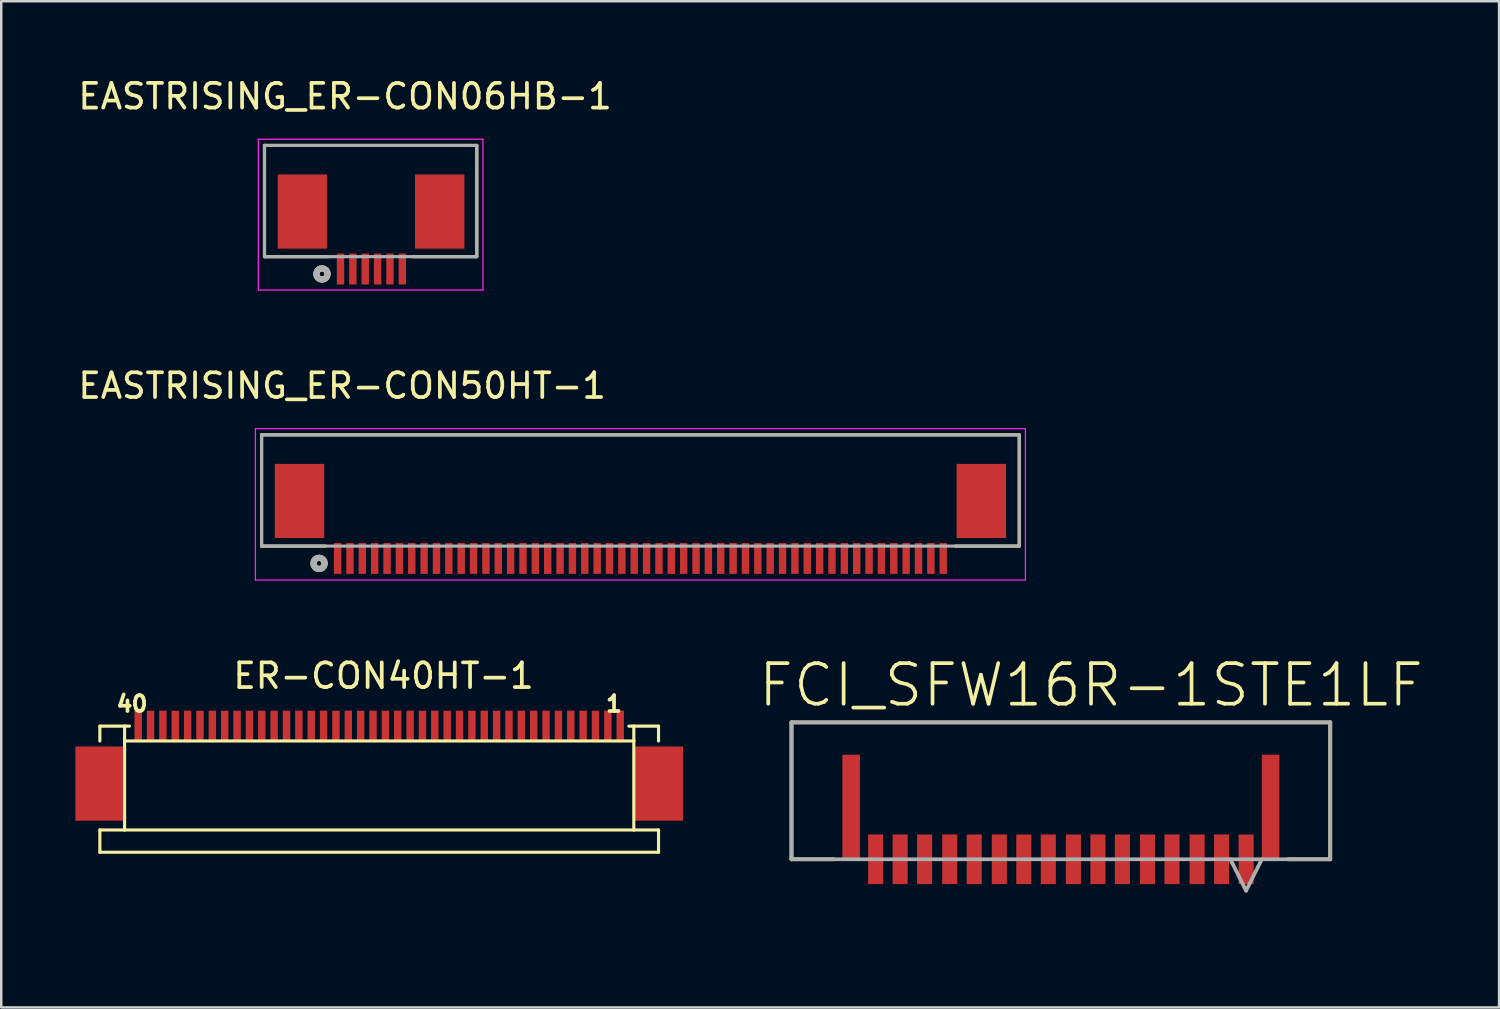
<source format=kicad_pcb>
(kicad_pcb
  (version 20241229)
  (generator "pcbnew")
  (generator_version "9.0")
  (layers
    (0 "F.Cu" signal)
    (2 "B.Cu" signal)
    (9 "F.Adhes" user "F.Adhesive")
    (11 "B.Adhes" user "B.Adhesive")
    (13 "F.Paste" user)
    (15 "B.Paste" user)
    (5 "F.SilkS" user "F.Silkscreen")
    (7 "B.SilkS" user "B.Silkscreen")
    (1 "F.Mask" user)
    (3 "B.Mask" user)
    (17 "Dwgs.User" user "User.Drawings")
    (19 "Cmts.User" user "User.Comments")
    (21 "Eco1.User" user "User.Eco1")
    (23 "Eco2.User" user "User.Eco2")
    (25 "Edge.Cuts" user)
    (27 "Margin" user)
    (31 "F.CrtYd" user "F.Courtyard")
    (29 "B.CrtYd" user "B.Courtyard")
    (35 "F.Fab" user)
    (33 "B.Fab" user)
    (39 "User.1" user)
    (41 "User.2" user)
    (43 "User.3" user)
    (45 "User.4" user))
  (footprint "EASTRISING_ER-CON50HT-1"
    (layer "F.Cu")
    (at 22.857 19.541)
    (property "Reference" "EASTRISING_ER-CON50HT-1" (at -12.065 -6.985 0) (layer "F.SilkS") (effects (font (size 1 1) (thickness 0.15))))
    (attr smd)
    (fp_line (start -15.325 -5) (end 15.325 -5) (stroke (width 0.127) (type solid)) (layer "F.SilkS"))
    (fp_line (start -15.325 -0.5) (end -15.325 -5) (stroke (width 0.127) (type solid)) (layer "F.SilkS"))
    (fp_line (start -12.75 -0.5) (end -15.325 -0.5) (stroke (width 0.127) (type solid)) (layer "F.SilkS"))
    (fp_line (start 15.325 -5) (end 15.325 -0.5) (stroke (width 0.127) (type solid)) (layer "F.SilkS"))
    (fp_line (start 15.325 -0.5) (end 12.75 -0.5) (stroke (width 0.127) (type solid)) (layer "F.SilkS"))
    (fp_circle (center -13 0.2) (end -12.9 0.2) (stroke (width 0.25) (type solid)) (fill no) (layer "F.SilkS"))
    (fp_line (start -15.575 -5.25) (end 15.575 -5.25) (stroke (width 0.05) (type solid)) (layer "F.CrtYd"))
    (fp_line (start -15.575 0.875) (end -15.575 -5.25) (stroke (width 0.05) (type solid)) (layer "F.CrtYd"))
    (fp_line (start 15.575 -5.25) (end 15.575 0.875) (stroke (width 0.05) (type solid)) (layer "F.CrtYd"))
    (fp_line (start 15.575 0.875) (end -15.575 0.875) (stroke (width 0.05) (type solid)) (layer "F.CrtYd"))
    (fp_line (start -15.325 -5) (end 15.325 -5) (stroke (width 0.127) (type solid)) (layer "F.Fab"))
    (fp_line (start -15.325 -0.5) (end -15.325 -5) (stroke (width 0.127) (type solid)) (layer "F.Fab"))
    (fp_line (start 15.325 -5) (end 15.325 -0.5) (stroke (width 0.127) (type solid)) (layer "F.Fab"))
    (fp_line (start 15.325 -0.5) (end -15.325 -0.5) (stroke (width 0.127) (type solid)) (layer "F.Fab"))
    (fp_circle (center -13 0.2) (end -12.9 0.2) (stroke (width 0.25) (type solid)) (fill no) (layer "F.Fab"))
    (pad "1" smd rect (at -12.25 0 270) (size 1.25 0.3) (layers "F.Cu" "F.Mask" "F.Paste"))
    (pad "2" smd rect (at -11.75 0 270) (size 1.25 0.3) (layers "F.Cu" "F.Mask" "F.Paste"))
    (pad "3" smd rect (at -11.25 0 270) (size 1.25 0.3) (layers "F.Cu" "F.Mask" "F.Paste"))
    (pad "4" smd rect (at -10.75 0 270) (size 1.25 0.3) (layers "F.Cu" "F.Mask" "F.Paste"))
    (pad "5" smd rect (at -10.25 0 270) (size 1.25 0.3) (layers "F.Cu" "F.Mask" "F.Paste"))
    (pad "6" smd rect (at -9.75 0 270) (size 1.25 0.3) (layers "F.Cu" "F.Mask" "F.Paste"))
    (pad "7" smd rect (at -9.25 0 270) (size 1.25 0.3) (layers "F.Cu" "F.Mask" "F.Paste"))
    (pad "8" smd rect (at -8.75 0 270) (size 1.25 0.3) (layers "F.Cu" "F.Mask" "F.Paste"))
    (pad "9" smd rect (at -8.25 0 270) (size 1.25 0.3) (layers "F.Cu" "F.Mask" "F.Paste"))
    (pad "10" smd rect (at -7.75 0 270) (size 1.25 0.3) (layers "F.Cu" "F.Mask" "F.Paste"))
    (pad "11" smd rect (at -7.25 0 270) (size 1.25 0.3) (layers "F.Cu" "F.Mask" "F.Paste"))
    (pad "12" smd rect (at -6.75 0 270) (size 1.25 0.3) (layers "F.Cu" "F.Mask" "F.Paste"))
    (pad "13" smd rect (at -6.25 0 270) (size 1.25 0.3) (layers "F.Cu" "F.Mask" "F.Paste"))
    (pad "14" smd rect (at -5.75 0 270) (size 1.25 0.3) (layers "F.Cu" "F.Mask" "F.Paste"))
    (pad "15" smd rect (at -5.25 0 270) (size 1.25 0.3) (layers "F.Cu" "F.Mask" "F.Paste"))
    (pad "16" smd rect (at -4.75 0 270) (size 1.25 0.3) (layers "F.Cu" "F.Mask" "F.Paste"))
    (pad "17" smd rect (at -4.25 0 270) (size 1.25 0.3) (layers "F.Cu" "F.Mask" "F.Paste"))
    (pad "18" smd rect (at -3.75 0 270) (size 1.25 0.3) (layers "F.Cu" "F.Mask" "F.Paste"))
    (pad "19" smd rect (at -3.25 0 270) (size 1.25 0.3) (layers "F.Cu" "F.Mask" "F.Paste"))
    (pad "20" smd rect (at -2.75 0 270) (size 1.25 0.3) (layers "F.Cu" "F.Mask" "F.Paste"))
    (pad "21" smd rect (at -2.25 0 270) (size 1.25 0.3) (layers "F.Cu" "F.Mask" "F.Paste"))
    (pad "22" smd rect (at -1.75 0 270) (size 1.25 0.3) (layers "F.Cu" "F.Mask" "F.Paste"))
    (pad "23" smd rect (at -1.25 0 270) (size 1.25 0.3) (layers "F.Cu" "F.Mask" "F.Paste"))
    (pad "24" smd rect (at -0.75 0 270) (size 1.25 0.3) (layers "F.Cu" "F.Mask" "F.Paste"))
    (pad "25" smd rect (at -0.25 0 270) (size 1.25 0.3) (layers "F.Cu" "F.Mask" "F.Paste"))
    (pad "26" smd rect (at 0.25 0 270) (size 1.25 0.3) (layers "F.Cu" "F.Mask" "F.Paste"))
    (pad "27" smd rect (at 0.75 0 270) (size 1.25 0.3) (layers "F.Cu" "F.Mask" "F.Paste"))
    (pad "28" smd rect (at 1.25 0 270) (size 1.25 0.3) (layers "F.Cu" "F.Mask" "F.Paste"))
    (pad "29" smd rect (at 1.75 0 270) (size 1.25 0.3) (layers "F.Cu" "F.Mask" "F.Paste"))
    (pad "30" smd rect (at 2.25 0 270) (size 1.25 0.3) (layers "F.Cu" "F.Mask" "F.Paste"))
    (pad "31" smd rect (at 2.75 0 270) (size 1.25 0.3) (layers "F.Cu" "F.Mask" "F.Paste"))
    (pad "32" smd rect (at 3.25 0 270) (size 1.25 0.3) (layers "F.Cu" "F.Mask" "F.Paste"))
    (pad "33" smd rect (at 3.75 0 270) (size 1.25 0.3) (layers "F.Cu" "F.Mask" "F.Paste"))
    (pad "34" smd rect (at 4.25 0 270) (size 1.25 0.3) (layers "F.Cu" "F.Mask" "F.Paste"))
    (pad "35" smd rect (at 4.75 0 270) (size 1.25 0.3) (layers "F.Cu" "F.Mask" "F.Paste"))
    (pad "36" smd rect (at 5.25 0 270) (size 1.25 0.3) (layers "F.Cu" "F.Mask" "F.Paste"))
    (pad "37" smd rect (at 5.75 0 270) (size 1.25 0.3) (layers "F.Cu" "F.Mask" "F.Paste"))
    (pad "38" smd rect (at 6.25 0 270) (size 1.25 0.3) (layers "F.Cu" "F.Mask" "F.Paste"))
    (pad "39" smd rect (at 6.75 0 270) (size 1.25 0.3) (layers "F.Cu" "F.Mask" "F.Paste"))
    (pad "40" smd rect (at 7.25 0 270) (size 1.25 0.3) (layers "F.Cu" "F.Mask" "F.Paste"))
    (pad "41" smd rect (at 7.75 0 270) (size 1.25 0.3) (layers "F.Cu" "F.Mask" "F.Paste"))
    (pad "42" smd rect (at 8.25 0 270) (size 1.25 0.3) (layers "F.Cu" "F.Mask" "F.Paste"))
    (pad "43" smd rect (at 8.75 0 270) (size 1.25 0.3) (layers "F.Cu" "F.Mask" "F.Paste"))
    (pad "44" smd rect (at 9.25 0 270) (size 1.25 0.3) (layers "F.Cu" "F.Mask" "F.Paste"))
    (pad "45" smd rect (at 9.75 0 270) (size 1.25 0.3) (layers "F.Cu" "F.Mask" "F.Paste"))
    (pad "46" smd rect (at 10.25 0 270) (size 1.25 0.3) (layers "F.Cu" "F.Mask" "F.Paste"))
    (pad "47" smd rect (at 10.75 0 270) (size 1.25 0.3) (layers "F.Cu" "F.Mask" "F.Paste"))
    (pad "48" smd rect (at 11.25 0 270) (size 1.25 0.3) (layers "F.Cu" "F.Mask" "F.Paste"))
    (pad "49" smd rect (at 11.75 0 270) (size 1.25 0.3) (layers "F.Cu" "F.Mask" "F.Paste"))
    (pad "50" smd rect (at 12.25 0 270) (size 1.25 0.3) (layers "F.Cu" "F.Mask" "F.Paste"))
    (pad "S1" smd rect (at -13.79 -2.325 270) (size 3 2) (layers "F.Cu" "F.Mask" "F.Paste"))
    (pad "S2" smd rect (at 13.79 -2.325 270) (size 3 2) (layers "F.Cu" "F.Mask" "F.Paste")))
  (footprint "EASTRISING_ER-CON06HB-1"
    (layer "F.Cu")
    (at 11.994 7.833)
    (property "Reference" "EASTRISING_ER-CON06HB-1" (at -1.084 -6.985 0) (layer "F.SilkS") (effects (font (size 1 1) (thickness 0.15))))
    (attr smd)
    (fp_line (start -4.344 -5) (end 4.244 -5) (stroke (width 0.127) (type solid)) (layer "F.SilkS"))
    (fp_line (start -4.344 -0.5) (end -4.344 -5) (stroke (width 0.127) (type solid)) (layer "F.SilkS"))
    (fp_line (start -1.769 -0.5) (end -4.344 -0.5) (stroke (width 0.127) (type solid)) (layer "F.SilkS"))
    (fp_line (start 4.231 -0.5) (end 1.656 -0.5) (stroke (width 0.127) (type solid)) (layer "F.SilkS"))
    (fp_line (start 4.244 -5) (end 4.244 -0.5) (stroke (width 0.127) (type solid)) (layer "F.SilkS"))
    (fp_circle (center -2.019 0.2) (end -1.919 0.2) (stroke (width 0.25) (type solid)) (fill no) (layer "F.SilkS"))
    (fp_line (start -4.594 -5.25) (end 4.494 -5.25) (stroke (width 0.05) (type solid)) (layer "F.CrtYd"))
    (fp_line (start -4.594 0.85) (end -4.594 -5.25) (stroke (width 0.05) (type solid)) (layer "F.CrtYd"))
    (fp_line (start 4.494 -5.25) (end 4.494 0.85) (stroke (width 0.05) (type solid)) (layer "F.CrtYd"))
    (fp_line (start 4.494 0.85) (end -4.594 0.85) (stroke (width 0.05) (type solid)) (layer "F.CrtYd"))
    (fp_line (start -4.344 -5) (end 4.244 -5) (stroke (width 0.127) (type solid)) (layer "F.Fab"))
    (fp_line (start -4.344 -0.5) (end -4.344 -5) (stroke (width 0.127) (type solid)) (layer "F.Fab"))
    (fp_line (start 4.244 -5) (end 4.244 -0.5) (stroke (width 0.127) (type solid)) (layer "F.Fab"))
    (fp_line (start 4.244 -0.5) (end -4.344 -0.5) (stroke (width 0.127) (type solid)) (layer "F.Fab"))
    (fp_circle (center -2.019 0.2) (end -1.919 0.2) (stroke (width 0.25) (type solid)) (fill no) (layer "F.Fab"))
    (pad "1" smd rect (at 1.231 0 270) (size 1.25 0.3) (layers "F.Cu" "F.Mask" "F.Paste"))
    (pad "2" smd rect (at 0.731 0 270) (size 1.25 0.3) (layers "F.Cu" "F.Mask" "F.Paste"))
    (pad "3" smd rect (at 0.231 0 270) (size 1.25 0.3) (layers "F.Cu" "F.Mask" "F.Paste"))
    (pad "4" smd rect (at -0.269 0 270) (size 1.25 0.3) (layers "F.Cu" "F.Mask" "F.Paste"))
    (pad "5" smd rect (at -0.769 0 270) (size 1.25 0.3) (layers "F.Cu" "F.Mask" "F.Paste"))
    (pad "6" smd rect (at -1.269 0 270) (size 1.25 0.3) (layers "F.Cu" "F.Mask" "F.Paste"))
    (pad "S1" smd rect (at -2.809 -2.325 270) (size 3 2) (layers "F.Cu" "F.Mask" "F.Paste"))
    (pad "S2" smd rect (at 2.744 -2.325 270) (size 3 2) (layers "F.Cu" "F.Mask" "F.Paste")))
  (footprint "FCI_SFW16R-1STE1LF"
    (layer "F.Cu")
    (at 39.866 34.454)
    (property "Reference" "FCI_SFW16R-1STE1LF" (at 1.22 -9.788 0) (layer "F.SilkS") (effects (font (size 1.642 1.642) (thickness 0.15))))
    (attr smd)
    (fp_line (start -10.897 -8.28) (end -10.897 -2.743) (stroke (width 0.152) (type solid)) (layer "F.SilkS"))
    (fp_line (start -10.897 -2.743) (end -9.195 -2.743) (stroke (width 0.152) (type solid)) (layer "F.SilkS"))
    (fp_line (start 9.195 -2.743) (end 10.897 -2.743) (stroke (width 0.152) (type solid)) (layer "F.SilkS"))
    (fp_line (start 10.897 -8.28) (end -10.897 -8.28) (stroke (width 0.152) (type solid)) (layer "F.SilkS"))
    (fp_line (start 10.897 -2.743) (end 10.897 -8.28) (stroke (width 0.152) (type solid)) (layer "F.SilkS"))
    (fp_line (start -10.897 -8.28) (end -10.897 -2.743) (stroke (width 0.152) (type solid)) (layer "F.Fab"))
    (fp_line (start -10.897 -2.743) (end 10.897 -2.743) (stroke (width 0.152) (type solid)) (layer "F.Fab"))
    (fp_line (start 6.858 -2.743) (end 7.493 -1.473) (stroke (width 0.152) (type solid)) (layer "F.Fab"))
    (fp_line (start 8.128 -2.743) (end 7.493 -1.473) (stroke (width 0.152) (type solid)) (layer "F.Fab"))
    (fp_line (start 10.897 -8.28) (end -10.897 -8.28) (stroke (width 0.152) (type solid)) (layer "F.Fab"))
    (fp_line (start 10.897 -2.743) (end 10.897 -8.28) (stroke (width 0.152) (type solid)) (layer "F.Fab"))
    (pad "1" smd rect (at 7.493 -2.743 270) (size 2.007 0.61) (layers "F.Cu" "F.Mask" "F.Paste"))
    (pad "2" smd rect (at 6.502 -2.743 270) (size 2.007 0.61) (layers "F.Cu" "F.Mask" "F.Paste"))
    (pad "3" smd rect (at 5.512 -2.743 270) (size 2.007 0.61) (layers "F.Cu" "F.Mask" "F.Paste"))
    (pad "4" smd rect (at 4.496 -2.743 270) (size 2.007 0.61) (layers "F.Cu" "F.Mask" "F.Paste"))
    (pad "5" smd rect (at 3.505 -2.743 270) (size 2.007 0.61) (layers "F.Cu" "F.Mask" "F.Paste"))
    (pad "6" smd rect (at 2.489 -2.743 270) (size 2.007 0.61) (layers "F.Cu" "F.Mask" "F.Paste"))
    (pad "7" smd rect (at 1.499 -2.743 270) (size 2.007 0.61) (layers "F.Cu" "F.Mask" "F.Paste"))
    (pad "8" smd rect (at 0.508 -2.743 270) (size 2.007 0.61) (layers "F.Cu" "F.Mask" "F.Paste"))
    (pad "9" smd rect (at -0.508 -2.743 270) (size 2.007 0.61) (layers "F.Cu" "F.Mask" "F.Paste"))
    (pad "10" smd rect (at -1.499 -2.743 270) (size 2.007 0.61) (layers "F.Cu" "F.Mask" "F.Paste"))
    (pad "11" smd rect (at -2.489 -2.743 270) (size 2.007 0.61) (layers "F.Cu" "F.Mask" "F.Paste"))
    (pad "12" smd rect (at -3.505 -2.743 270) (size 2.007 0.61) (layers "F.Cu" "F.Mask" "F.Paste"))
    (pad "13" smd rect (at -4.496 -2.743 270) (size 2.007 0.61) (layers "F.Cu" "F.Mask" "F.Paste"))
    (pad "14" smd rect (at -5.512 -2.743 270) (size 2.007 0.61) (layers "F.Cu" "F.Mask" "F.Paste"))
    (pad "15" smd rect (at -6.502 -2.743 270) (size 2.007 0.61) (layers "F.Cu" "F.Mask" "F.Paste"))
    (pad "16" smd rect (at -7.493 -2.743 270) (size 2.007 0.61) (layers "F.Cu" "F.Mask" "F.Paste"))
    (pad "17" smd rect (at -8.484 -4.877) (size 0.711 4.191) (layers "F.Cu" "F.Mask" "F.Paste"))
    (pad "18" smd rect (at 8.484 -4.877) (size 0.711 4.191) (layers "F.Cu" "F.Mask" "F.Paste")))
  (footprint "ER-CON40HT-1"
    (layer "F.Cu")
    (at 12.29 27.925)
    (property "Reference" "ER-CON40HT-1" (at 0.175 -3.635 0) (layer "F.SilkS") (effects (font (size 1 1) (thickness 0.15))))
    (attr smd)
    (fp_line (start -11.3 -1.6) (end -11.3 -1) (stroke (width 0.127) (type solid)) (layer "F.SilkS"))
    (fp_line (start -11.3 2.6) (end -11.3 3.5) (stroke (width 0.127) (type solid)) (layer "F.SilkS"))
    (fp_line (start -11.3 2.6) (end -10.3 2.6) (stroke (width 0.127) (type solid)) (layer "F.SilkS"))
    (fp_line (start -11.3 3.5) (end 11.3 3.5) (stroke (width 0.127) (type solid)) (layer "F.SilkS"))
    (fp_line (start -10.3 -1.6) (end -11.3 -1.6) (stroke (width 0.127) (type solid)) (layer "F.SilkS"))
    (fp_line (start -10.3 -1.6) (end -10.3 -1) (stroke (width 0.127) (type solid)) (layer "F.SilkS"))
    (fp_line (start -10.3 -1) (end -10.3 2.6) (stroke (width 0.127) (type solid)) (layer "F.SilkS"))
    (fp_line (start -10.3 -1) (end 10.3 -1) (stroke (width 0.127) (type solid)) (layer "F.SilkS"))
    (fp_line (start -10.3 2.6) (end 10.3 2.6) (stroke (width 0.127) (type solid)) (layer "F.SilkS"))
    (fp_line (start -10.1 -1.6) (end -10.3 -1.6) (stroke (width 0.127) (type solid)) (layer "F.SilkS"))
    (fp_line (start 10.1 -1.6) (end 10.3 -1.6) (stroke (width 0.127) (type solid)) (layer "F.SilkS"))
    (fp_line (start 10.3 -1.6) (end 10.3 -1) (stroke (width 0.127) (type solid)) (layer "F.SilkS"))
    (fp_line (start 10.3 -1.6) (end 11.3 -1.6) (stroke (width 0.127) (type solid)) (layer "F.SilkS"))
    (fp_line (start 10.3 -1) (end 10.3 2.6) (stroke (width 0.127) (type solid)) (layer "F.SilkS"))
    (fp_line (start 10.3 2.6) (end 11.3 2.6) (stroke (width 0.127) (type solid)) (layer "F.SilkS"))
    (fp_line (start 11.3 -1.6) (end 11.3 -1) (stroke (width 0.127) (type solid)) (layer "F.SilkS"))
    (fp_line (start 11.3 3.5) (end 11.3 2.6) (stroke (width 0.127) (type solid)) (layer "F.SilkS"))
    (fp_text user "1" (at 9.5 -2.5 0) (layer "F.SilkS") (effects (font (size 0.64 0.64) (thickness 0.15))))
    (fp_text user "40" (at -10 -2.5 0) (layer "F.SilkS") (effects (font (size 0.64 0.64) (thickness 0.15))))
    (pad "1" smd rect (at 9.75 -1.6) (size 0.3 1.25) (layers "F.Cu" "F.Mask" "F.Paste"))
    (pad "2" smd rect (at 9.25 -1.6) (size 0.3 1.25) (layers "F.Cu" "F.Mask" "F.Paste"))
    (pad "3" smd rect (at 8.75 -1.6) (size 0.3 1.25) (layers "F.Cu" "F.Mask" "F.Paste"))
    (pad "4" smd rect (at 8.25 -1.6) (size 0.3 1.25) (layers "F.Cu" "F.Mask" "F.Paste"))
    (pad "5" smd rect (at 7.75 -1.6) (size 0.3 1.25) (layers "F.Cu" "F.Mask" "F.Paste"))
    (pad "6" smd rect (at 7.25 -1.6) (size 0.3 1.25) (layers "F.Cu" "F.Mask" "F.Paste"))
    (pad "7" smd rect (at 6.75 -1.6) (size 0.3 1.25) (layers "F.Cu" "F.Mask" "F.Paste"))
    (pad "8" smd rect (at 6.25 -1.6) (size 0.3 1.25) (layers "F.Cu" "F.Mask" "F.Paste"))
    (pad "9" smd rect (at 5.75 -1.6) (size 0.3 1.25) (layers "F.Cu" "F.Mask" "F.Paste"))
    (pad "10" smd rect (at 5.25 -1.6) (size 0.3 1.25) (layers "F.Cu" "F.Mask" "F.Paste"))
    (pad "11" smd rect (at 4.75 -1.6) (size 0.3 1.25) (layers "F.Cu" "F.Mask" "F.Paste"))
    (pad "12" smd rect (at 4.25 -1.6) (size 0.3 1.25) (layers "F.Cu" "F.Mask" "F.Paste"))
    (pad "13" smd rect (at 3.75 -1.6) (size 0.3 1.25) (layers "F.Cu" "F.Mask" "F.Paste"))
    (pad "14" smd rect (at 3.25 -1.6) (size 0.3 1.25) (layers "F.Cu" "F.Mask" "F.Paste"))
    (pad "15" smd rect (at 2.75 -1.6) (size 0.3 1.25) (layers "F.Cu" "F.Mask" "F.Paste"))
    (pad "16" smd rect (at 2.25 -1.6) (size 0.3 1.25) (layers "F.Cu" "F.Mask" "F.Paste"))
    (pad "17" smd rect (at 1.75 -1.6) (size 0.3 1.25) (layers "F.Cu" "F.Mask" "F.Paste"))
    (pad "18" smd rect (at 1.25 -1.6) (size 0.3 1.25) (layers "F.Cu" "F.Mask" "F.Paste"))
    (pad "19" smd rect (at 0.75 -1.6) (size 0.3 1.25) (layers "F.Cu" "F.Mask" "F.Paste"))
    (pad "20" smd rect (at 0.25 -1.6) (size 0.3 1.25) (layers "F.Cu" "F.Mask" "F.Paste"))
    (pad "21" smd rect (at -0.25 -1.6) (size 0.3 1.25) (layers "F.Cu" "F.Mask" "F.Paste"))
    (pad "22" smd rect (at -0.75 -1.6) (size 0.3 1.25) (layers "F.Cu" "F.Mask" "F.Paste"))
    (pad "23" smd rect (at -1.25 -1.6) (size 0.3 1.25) (layers "F.Cu" "F.Mask" "F.Paste"))
    (pad "24" smd rect (at -1.75 -1.6) (size 0.3 1.25) (layers "F.Cu" "F.Mask" "F.Paste"))
    (pad "25" smd rect (at -2.25 -1.6) (size 0.3 1.25) (layers "F.Cu" "F.Mask" "F.Paste"))
    (pad "26" smd rect (at -2.75 -1.6) (size 0.3 1.25) (layers "F.Cu" "F.Mask" "F.Paste"))
    (pad "27" smd rect (at -3.25 -1.6) (size 0.3 1.25) (layers "F.Cu" "F.Mask" "F.Paste"))
    (pad "28" smd rect (at -3.75 -1.6) (size 0.3 1.25) (layers "F.Cu" "F.Mask" "F.Paste"))
    (pad "29" smd rect (at -4.25 -1.6) (size 0.3 1.25) (layers "F.Cu" "F.Mask" "F.Paste"))
    (pad "30" smd rect (at -4.75 -1.6) (size 0.3 1.25) (layers "F.Cu" "F.Mask" "F.Paste"))
    (pad "31" smd rect (at -5.25 -1.6) (size 0.3 1.25) (layers "F.Cu" "F.Mask" "F.Paste"))
    (pad "32" smd rect (at -5.75 -1.6) (size 0.3 1.25) (layers "F.Cu" "F.Mask" "F.Paste"))
    (pad "33" smd rect (at -6.25 -1.6) (size 0.3 1.25) (layers "F.Cu" "F.Mask" "F.Paste"))
    (pad "34" smd rect (at -6.75 -1.6) (size 0.3 1.25) (layers "F.Cu" "F.Mask" "F.Paste"))
    (pad "35" smd rect (at -7.25 -1.6) (size 0.3 1.25) (layers "F.Cu" "F.Mask" "F.Paste"))
    (pad "36" smd rect (at -7.75 -1.6) (size 0.3 1.25) (layers "F.Cu" "F.Mask" "F.Paste"))
    (pad "37" smd rect (at -8.25 -1.6) (size 0.3 1.25) (layers "F.Cu" "F.Mask" "F.Paste"))
    (pad "38" smd rect (at -8.75 -1.6) (size 0.3 1.25) (layers "F.Cu" "F.Mask" "F.Paste"))
    (pad "39" smd rect (at -9.25 -1.6) (size 0.3 1.25) (layers "F.Cu" "F.Mask" "F.Paste"))
    (pad "40" smd rect (at -9.75 -1.6) (size 0.3 1.25) (layers "F.Cu" "F.Mask" "F.Paste"))
    (pad "MP" smd rect (at -11.29 0.725) (size 2 3) (layers "F.Cu" "F.Mask" "F.Paste"))
    (pad "MP" smd rect (at 11.29 0.725) (size 2 3) (layers "F.Cu" "F.Mask" "F.Paste")))
  (gr_rect
    (start -3 -3)
    (end 57.593 37.704)
    (stroke (width 0.1) (type default))
    (fill no)
    (layer "Edge.Cuts")))
</source>
